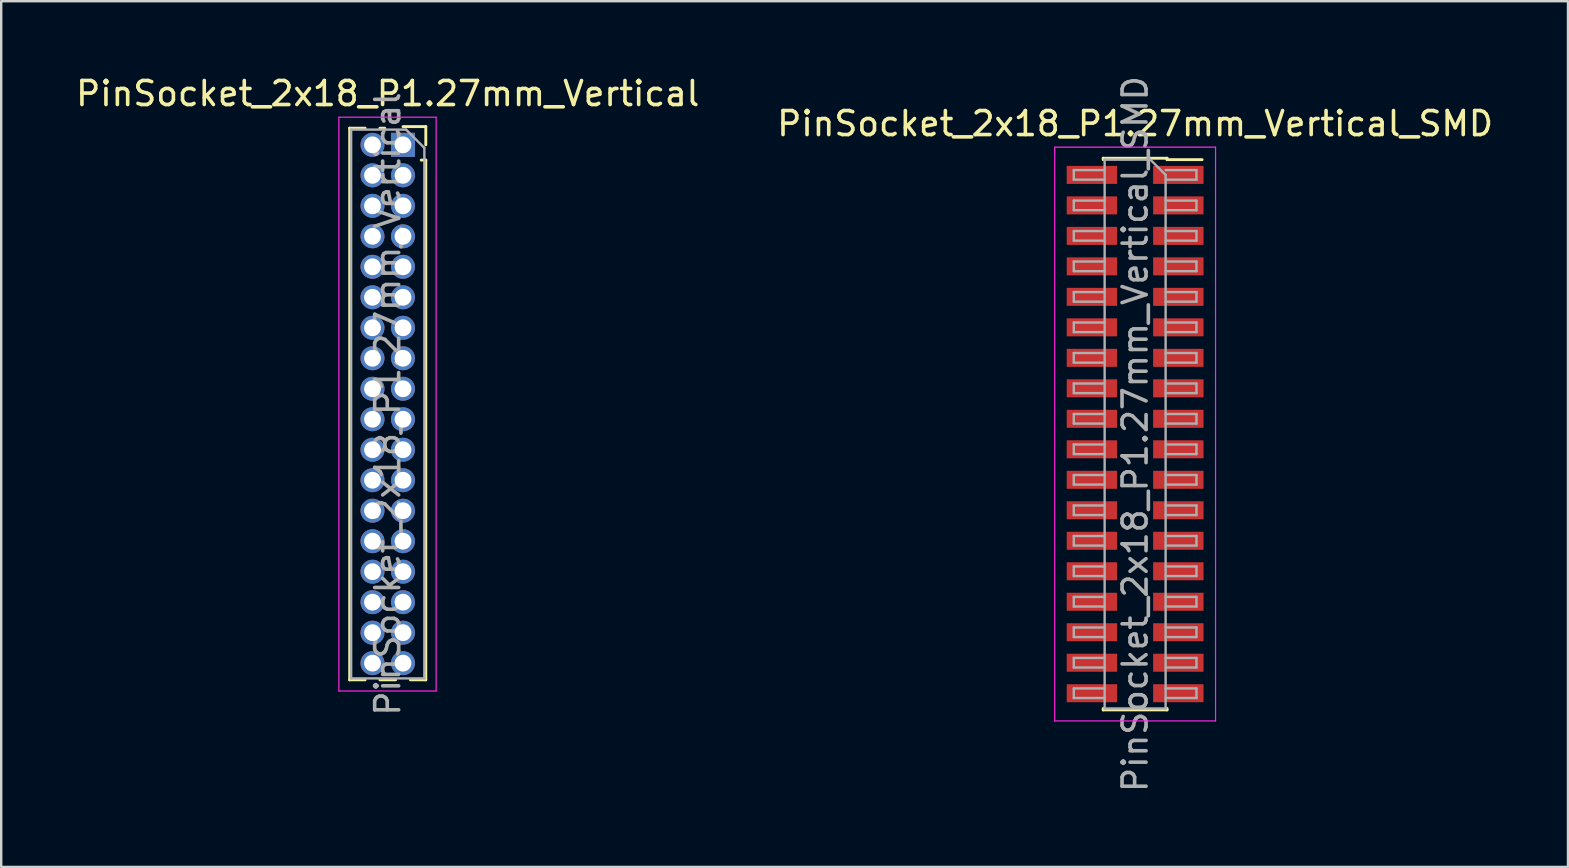
<source format=kicad_pcb>
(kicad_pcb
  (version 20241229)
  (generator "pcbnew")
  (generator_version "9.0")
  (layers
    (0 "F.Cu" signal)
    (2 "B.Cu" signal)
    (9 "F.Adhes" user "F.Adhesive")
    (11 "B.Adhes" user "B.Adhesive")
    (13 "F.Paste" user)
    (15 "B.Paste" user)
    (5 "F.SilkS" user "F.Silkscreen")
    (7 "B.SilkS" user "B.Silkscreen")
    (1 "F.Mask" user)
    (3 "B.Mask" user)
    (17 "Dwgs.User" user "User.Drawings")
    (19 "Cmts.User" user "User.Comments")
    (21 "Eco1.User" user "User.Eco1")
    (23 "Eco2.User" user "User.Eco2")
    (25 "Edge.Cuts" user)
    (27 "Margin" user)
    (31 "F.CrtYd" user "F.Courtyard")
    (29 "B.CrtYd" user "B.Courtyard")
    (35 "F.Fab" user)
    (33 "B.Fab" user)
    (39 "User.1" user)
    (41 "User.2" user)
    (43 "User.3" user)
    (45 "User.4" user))
  (footprint "PinSocket_2x18_P1.27mm_Vertical"
    (layer "F.Cu")
    (at 13.736 2.983)
    (property "Reference" "PinSocket_2x18_P1.27mm_Vertical" (at -0.635 -2.135 0) (layer "F.SilkS") (effects (font (size 1 1) (thickness 0.15))))
    (attr through_hole)
    (fp_line (start -2.22 -0.695) (end -2.22 22.285) (stroke (width 0.12) (type solid)) (layer "F.SilkS"))
    (fp_line (start -2.22 -0.695) (end -1.578 -0.695) (stroke (width 0.12) (type solid)) (layer "F.SilkS"))
    (fp_line (start -2.22 22.285) (end -1.578 22.285) (stroke (width 0.12) (type solid)) (layer "F.SilkS"))
    (fp_line (start -0.962 -0.695) (end -0.76 -0.695) (stroke (width 0.12) (type solid)) (layer "F.SilkS"))
    (fp_line (start -0.962 22.285) (end -0.308 22.285) (stroke (width 0.12) (type solid)) (layer "F.SilkS"))
    (fp_line (start 0 -0.76) (end 0.95 -0.76) (stroke (width 0.12) (type solid)) (layer "F.SilkS"))
    (fp_line (start 0.308 22.285) (end 0.95 22.285) (stroke (width 0.12) (type solid)) (layer "F.SilkS"))
    (fp_line (start 0.76 0.635) (end 0.95 0.635) (stroke (width 0.12) (type solid)) (layer "F.SilkS"))
    (fp_line (start 0.95 -0.76) (end 0.95 0) (stroke (width 0.12) (type solid)) (layer "F.SilkS"))
    (fp_line (start 0.95 0.635) (end 0.95 22.285) (stroke (width 0.12) (type solid)) (layer "F.SilkS"))
    (fp_line (start -2.67 -1.15) (end 1.38 -1.15) (stroke (width 0.05) (type solid)) (layer "F.CrtYd"))
    (fp_line (start -2.67 22.75) (end -2.67 -1.15) (stroke (width 0.05) (type solid)) (layer "F.CrtYd"))
    (fp_line (start 1.38 -1.15) (end 1.38 22.75) (stroke (width 0.05) (type solid)) (layer "F.CrtYd"))
    (fp_line (start 1.38 22.75) (end -2.67 22.75) (stroke (width 0.05) (type solid)) (layer "F.CrtYd"))
    (fp_line (start -2.16 -0.635) (end 0.128 -0.635) (stroke (width 0.1) (type solid)) (layer "F.Fab"))
    (fp_line (start -2.16 22.225) (end -2.16 -0.635) (stroke (width 0.1) (type solid)) (layer "F.Fab"))
    (fp_line (start 0.128 -0.635) (end 0.89 0.128) (stroke (width 0.1) (type solid)) (layer "F.Fab"))
    (fp_line (start 0.89 0.128) (end 0.89 22.225) (stroke (width 0.1) (type solid)) (layer "F.Fab"))
    (fp_line (start 0.89 22.225) (end -2.16 22.225) (stroke (width 0.1) (type solid)) (layer "F.Fab"))
    (fp_text user "${REFERENCE}" (at -0.635 10.795 90) (layer "F.Fab") (effects (font (size 1 1) (thickness 0.15))))
    (pad "1" thru_hole rect (at 0 0) (size 1 1) (drill 0.7) (layers "*.Cu" "*.Mask"))
    (pad "2" thru_hole oval (at -1.27 0) (size 1 1) (drill 0.7) (layers "*.Cu" "*.Mask"))
    (pad "3" thru_hole oval (at 0 1.27) (size 1 1) (drill 0.7) (layers "*.Cu" "*.Mask"))
    (pad "4" thru_hole oval (at -1.27 1.27) (size 1 1) (drill 0.7) (layers "*.Cu" "*.Mask"))
    (pad "5" thru_hole oval (at 0 2.54) (size 1 1) (drill 0.7) (layers "*.Cu" "*.Mask"))
    (pad "6" thru_hole oval (at -1.27 2.54) (size 1 1) (drill 0.7) (layers "*.Cu" "*.Mask"))
    (pad "7" thru_hole oval (at 0 3.81) (size 1 1) (drill 0.7) (layers "*.Cu" "*.Mask"))
    (pad "8" thru_hole oval (at -1.27 3.81) (size 1 1) (drill 0.7) (layers "*.Cu" "*.Mask"))
    (pad "9" thru_hole oval (at 0 5.08) (size 1 1) (drill 0.7) (layers "*.Cu" "*.Mask"))
    (pad "10" thru_hole oval (at -1.27 5.08) (size 1 1) (drill 0.7) (layers "*.Cu" "*.Mask"))
    (pad "11" thru_hole oval (at 0 6.35) (size 1 1) (drill 0.7) (layers "*.Cu" "*.Mask"))
    (pad "12" thru_hole oval (at -1.27 6.35) (size 1 1) (drill 0.7) (layers "*.Cu" "*.Mask"))
    (pad "13" thru_hole oval (at 0 7.62) (size 1 1) (drill 0.7) (layers "*.Cu" "*.Mask"))
    (pad "14" thru_hole oval (at -1.27 7.62) (size 1 1) (drill 0.7) (layers "*.Cu" "*.Mask"))
    (pad "15" thru_hole oval (at 0 8.89) (size 1 1) (drill 0.7) (layers "*.Cu" "*.Mask"))
    (pad "16" thru_hole oval (at -1.27 8.89) (size 1 1) (drill 0.7) (layers "*.Cu" "*.Mask"))
    (pad "17" thru_hole oval (at 0 10.16) (size 1 1) (drill 0.7) (layers "*.Cu" "*.Mask"))
    (pad "18" thru_hole oval (at -1.27 10.16) (size 1 1) (drill 0.7) (layers "*.Cu" "*.Mask"))
    (pad "19" thru_hole oval (at 0 11.43) (size 1 1) (drill 0.7) (layers "*.Cu" "*.Mask"))
    (pad "20" thru_hole oval (at -1.27 11.43) (size 1 1) (drill 0.7) (layers "*.Cu" "*.Mask"))
    (pad "21" thru_hole oval (at 0 12.7) (size 1 1) (drill 0.7) (layers "*.Cu" "*.Mask"))
    (pad "22" thru_hole oval (at -1.27 12.7) (size 1 1) (drill 0.7) (layers "*.Cu" "*.Mask"))
    (pad "23" thru_hole oval (at 0 13.97) (size 1 1) (drill 0.7) (layers "*.Cu" "*.Mask"))
    (pad "24" thru_hole oval (at -1.27 13.97) (size 1 1) (drill 0.7) (layers "*.Cu" "*.Mask"))
    (pad "25" thru_hole oval (at 0 15.24) (size 1 1) (drill 0.7) (layers "*.Cu" "*.Mask"))
    (pad "26" thru_hole oval (at -1.27 15.24) (size 1 1) (drill 0.7) (layers "*.Cu" "*.Mask"))
    (pad "27" thru_hole oval (at 0 16.51) (size 1 1) (drill 0.7) (layers "*.Cu" "*.Mask"))
    (pad "28" thru_hole oval (at -1.27 16.51) (size 1 1) (drill 0.7) (layers "*.Cu" "*.Mask"))
    (pad "29" thru_hole oval (at 0 17.78) (size 1 1) (drill 0.7) (layers "*.Cu" "*.Mask"))
    (pad "30" thru_hole oval (at -1.27 17.78) (size 1 1) (drill 0.7) (layers "*.Cu" "*.Mask"))
    (pad "31" thru_hole oval (at 0 19.05) (size 1 1) (drill 0.7) (layers "*.Cu" "*.Mask"))
    (pad "32" thru_hole oval (at -1.27 19.05) (size 1 1) (drill 0.7) (layers "*.Cu" "*.Mask"))
    (pad "33" thru_hole oval (at 0 20.32) (size 1 1) (drill 0.7) (layers "*.Cu" "*.Mask"))
    (pad "34" thru_hole oval (at -1.27 20.32) (size 1 1) (drill 0.7) (layers "*.Cu" "*.Mask"))
    (pad "35" thru_hole oval (at 0 21.59) (size 1 1) (drill 0.7) (layers "*.Cu" "*.Mask"))
    (pad "36" thru_hole oval (at -1.27 21.59) (size 1 1) (drill 0.7) (layers "*.Cu" "*.Mask")))
  (footprint "PinSocket_2x18_P1.27mm_Vertical_SMD"
    (layer "F.Cu")
    (at 44.232 15.03)
    (property "Reference" "PinSocket_2x18_P1.27mm_Vertical_SMD" (at 0 -12.93 0) (layer "F.SilkS") (effects (font (size 1 1) (thickness 0.15))))
    (attr smd)
    (fp_line (start -1.33 -11.49) (end -1.33 -11.43) (stroke (width 0.12) (type solid)) (layer "F.SilkS"))
    (fp_line (start -1.33 -11.49) (end 1.33 -11.49) (stroke (width 0.12) (type solid)) (layer "F.SilkS"))
    (fp_line (start -1.33 11.43) (end -1.33 11.49) (stroke (width 0.12) (type solid)) (layer "F.SilkS"))
    (fp_line (start -1.33 11.49) (end 1.33 11.49) (stroke (width 0.12) (type solid)) (layer "F.SilkS"))
    (fp_line (start 1.33 -11.49) (end 1.33 -11.43) (stroke (width 0.12) (type solid)) (layer "F.SilkS"))
    (fp_line (start 1.33 -11.43) (end 2.79 -11.43) (stroke (width 0.12) (type solid)) (layer "F.SilkS"))
    (fp_line (start 1.33 11.43) (end 1.33 11.49) (stroke (width 0.12) (type solid)) (layer "F.SilkS"))
    (fp_line (start -3.35 -11.95) (end 3.35 -11.95) (stroke (width 0.05) (type solid)) (layer "F.CrtYd"))
    (fp_line (start -3.35 11.95) (end -3.35 -11.95) (stroke (width 0.05) (type solid)) (layer "F.CrtYd"))
    (fp_line (start 3.35 -11.95) (end 3.35 11.95) (stroke (width 0.05) (type solid)) (layer "F.CrtYd"))
    (fp_line (start 3.35 11.95) (end -3.35 11.95) (stroke (width 0.05) (type solid)) (layer "F.CrtYd"))
    (fp_line (start -2.555 -10.995) (end -1.27 -10.995) (stroke (width 0.1) (type solid)) (layer "F.Fab"))
    (fp_line (start -2.555 -10.595) (end -2.555 -10.995) (stroke (width 0.1) (type solid)) (layer "F.Fab"))
    (fp_line (start -2.555 -9.725) (end -1.27 -9.725) (stroke (width 0.1) (type solid)) (layer "F.Fab"))
    (fp_line (start -2.555 -9.325) (end -2.555 -9.725) (stroke (width 0.1) (type solid)) (layer "F.Fab"))
    (fp_line (start -2.555 -8.455) (end -1.27 -8.455) (stroke (width 0.1) (type solid)) (layer "F.Fab"))
    (fp_line (start -2.555 -8.055) (end -2.555 -8.455) (stroke (width 0.1) (type solid)) (layer "F.Fab"))
    (fp_line (start -2.555 -7.185) (end -1.27 -7.185) (stroke (width 0.1) (type solid)) (layer "F.Fab"))
    (fp_line (start -2.555 -6.785) (end -2.555 -7.185) (stroke (width 0.1) (type solid)) (layer "F.Fab"))
    (fp_line (start -2.555 -5.915) (end -1.27 -5.915) (stroke (width 0.1) (type solid)) (layer "F.Fab"))
    (fp_line (start -2.555 -5.515) (end -2.555 -5.915) (stroke (width 0.1) (type solid)) (layer "F.Fab"))
    (fp_line (start -2.555 -4.645) (end -1.27 -4.645) (stroke (width 0.1) (type solid)) (layer "F.Fab"))
    (fp_line (start -2.555 -4.245) (end -2.555 -4.645) (stroke (width 0.1) (type solid)) (layer "F.Fab"))
    (fp_line (start -2.555 -3.375) (end -1.27 -3.375) (stroke (width 0.1) (type solid)) (layer "F.Fab"))
    (fp_line (start -2.555 -2.975) (end -2.555 -3.375) (stroke (width 0.1) (type solid)) (layer "F.Fab"))
    (fp_line (start -2.555 -2.105) (end -1.27 -2.105) (stroke (width 0.1) (type solid)) (layer "F.Fab"))
    (fp_line (start -2.555 -1.705) (end -2.555 -2.105) (stroke (width 0.1) (type solid)) (layer "F.Fab"))
    (fp_line (start -2.555 -0.835) (end -1.27 -0.835) (stroke (width 0.1) (type solid)) (layer "F.Fab"))
    (fp_line (start -2.555 -0.435) (end -2.555 -0.835) (stroke (width 0.1) (type solid)) (layer "F.Fab"))
    (fp_line (start -2.555 0.435) (end -1.27 0.435) (stroke (width 0.1) (type solid)) (layer "F.Fab"))
    (fp_line (start -2.555 0.835) (end -2.555 0.435) (stroke (width 0.1) (type solid)) (layer "F.Fab"))
    (fp_line (start -2.555 1.705) (end -1.27 1.705) (stroke (width 0.1) (type solid)) (layer "F.Fab"))
    (fp_line (start -2.555 2.105) (end -2.555 1.705) (stroke (width 0.1) (type solid)) (layer "F.Fab"))
    (fp_line (start -2.555 2.975) (end -1.27 2.975) (stroke (width 0.1) (type solid)) (layer "F.Fab"))
    (fp_line (start -2.555 3.375) (end -2.555 2.975) (stroke (width 0.1) (type solid)) (layer "F.Fab"))
    (fp_line (start -2.555 4.245) (end -1.27 4.245) (stroke (width 0.1) (type solid)) (layer "F.Fab"))
    (fp_line (start -2.555 4.645) (end -2.555 4.245) (stroke (width 0.1) (type solid)) (layer "F.Fab"))
    (fp_line (start -2.555 5.515) (end -1.27 5.515) (stroke (width 0.1) (type solid)) (layer "F.Fab"))
    (fp_line (start -2.555 5.915) (end -2.555 5.515) (stroke (width 0.1) (type solid)) (layer "F.Fab"))
    (fp_line (start -2.555 6.785) (end -1.27 6.785) (stroke (width 0.1) (type solid)) (layer "F.Fab"))
    (fp_line (start -2.555 7.185) (end -2.555 6.785) (stroke (width 0.1) (type solid)) (layer "F.Fab"))
    (fp_line (start -2.555 8.055) (end -1.27 8.055) (stroke (width 0.1) (type solid)) (layer "F.Fab"))
    (fp_line (start -2.555 8.455) (end -2.555 8.055) (stroke (width 0.1) (type solid)) (layer "F.Fab"))
    (fp_line (start -2.555 9.325) (end -1.27 9.325) (stroke (width 0.1) (type solid)) (layer "F.Fab"))
    (fp_line (start -2.555 9.725) (end -2.555 9.325) (stroke (width 0.1) (type solid)) (layer "F.Fab"))
    (fp_line (start -2.555 10.595) (end -1.27 10.595) (stroke (width 0.1) (type solid)) (layer "F.Fab"))
    (fp_line (start -2.555 10.995) (end -2.555 10.595) (stroke (width 0.1) (type solid)) (layer "F.Fab"))
    (fp_line (start -1.27 -11.43) (end 0.635 -11.43) (stroke (width 0.1) (type solid)) (layer "F.Fab"))
    (fp_line (start -1.27 -10.595) (end -2.555 -10.595) (stroke (width 0.1) (type solid)) (layer "F.Fab"))
    (fp_line (start -1.27 -9.325) (end -2.555 -9.325) (stroke (width 0.1) (type solid)) (layer "F.Fab"))
    (fp_line (start -1.27 -8.055) (end -2.555 -8.055) (stroke (width 0.1) (type solid)) (layer "F.Fab"))
    (fp_line (start -1.27 -6.785) (end -2.555 -6.785) (stroke (width 0.1) (type solid)) (layer "F.Fab"))
    (fp_line (start -1.27 -5.515) (end -2.555 -5.515) (stroke (width 0.1) (type solid)) (layer "F.Fab"))
    (fp_line (start -1.27 -4.245) (end -2.555 -4.245) (stroke (width 0.1) (type solid)) (layer "F.Fab"))
    (fp_line (start -1.27 -2.975) (end -2.555 -2.975) (stroke (width 0.1) (type solid)) (layer "F.Fab"))
    (fp_line (start -1.27 -1.705) (end -2.555 -1.705) (stroke (width 0.1) (type solid)) (layer "F.Fab"))
    (fp_line (start -1.27 -0.435) (end -2.555 -0.435) (stroke (width 0.1) (type solid)) (layer "F.Fab"))
    (fp_line (start -1.27 0.835) (end -2.555 0.835) (stroke (width 0.1) (type solid)) (layer "F.Fab"))
    (fp_line (start -1.27 2.105) (end -2.555 2.105) (stroke (width 0.1) (type solid)) (layer "F.Fab"))
    (fp_line (start -1.27 3.375) (end -2.555 3.375) (stroke (width 0.1) (type solid)) (layer "F.Fab"))
    (fp_line (start -1.27 4.645) (end -2.555 4.645) (stroke (width 0.1) (type solid)) (layer "F.Fab"))
    (fp_line (start -1.27 5.915) (end -2.555 5.915) (stroke (width 0.1) (type solid)) (layer "F.Fab"))
    (fp_line (start -1.27 7.185) (end -2.555 7.185) (stroke (width 0.1) (type solid)) (layer "F.Fab"))
    (fp_line (start -1.27 8.455) (end -2.555 8.455) (stroke (width 0.1) (type solid)) (layer "F.Fab"))
    (fp_line (start -1.27 9.725) (end -2.555 9.725) (stroke (width 0.1) (type solid)) (layer "F.Fab"))
    (fp_line (start -1.27 10.995) (end -2.555 10.995) (stroke (width 0.1) (type solid)) (layer "F.Fab"))
    (fp_line (start -1.27 11.43) (end -1.27 -11.43) (stroke (width 0.1) (type solid)) (layer "F.Fab"))
    (fp_line (start 0.635 -11.43) (end 1.27 -10.795) (stroke (width 0.1) (type solid)) (layer "F.Fab"))
    (fp_line (start 1.27 -10.995) (end 2.555 -10.995) (stroke (width 0.1) (type solid)) (layer "F.Fab"))
    (fp_line (start 1.27 -10.795) (end 1.27 11.43) (stroke (width 0.1) (type solid)) (layer "F.Fab"))
    (fp_line (start 1.27 -9.725) (end 2.555 -9.725) (stroke (width 0.1) (type solid)) (layer "F.Fab"))
    (fp_line (start 1.27 -8.455) (end 2.555 -8.455) (stroke (width 0.1) (type solid)) (layer "F.Fab"))
    (fp_line (start 1.27 -7.185) (end 2.555 -7.185) (stroke (width 0.1) (type solid)) (layer "F.Fab"))
    (fp_line (start 1.27 -5.915) (end 2.555 -5.915) (stroke (width 0.1) (type solid)) (layer "F.Fab"))
    (fp_line (start 1.27 -4.645) (end 2.555 -4.645) (stroke (width 0.1) (type solid)) (layer "F.Fab"))
    (fp_line (start 1.27 -3.375) (end 2.555 -3.375) (stroke (width 0.1) (type solid)) (layer "F.Fab"))
    (fp_line (start 1.27 -2.105) (end 2.555 -2.105) (stroke (width 0.1) (type solid)) (layer "F.Fab"))
    (fp_line (start 1.27 -0.835) (end 2.555 -0.835) (stroke (width 0.1) (type solid)) (layer "F.Fab"))
    (fp_line (start 1.27 0.435) (end 2.555 0.435) (stroke (width 0.1) (type solid)) (layer "F.Fab"))
    (fp_line (start 1.27 1.705) (end 2.555 1.705) (stroke (width 0.1) (type solid)) (layer "F.Fab"))
    (fp_line (start 1.27 2.975) (end 2.555 2.975) (stroke (width 0.1) (type solid)) (layer "F.Fab"))
    (fp_line (start 1.27 4.245) (end 2.555 4.245) (stroke (width 0.1) (type solid)) (layer "F.Fab"))
    (fp_line (start 1.27 5.515) (end 2.555 5.515) (stroke (width 0.1) (type solid)) (layer "F.Fab"))
    (fp_line (start 1.27 6.785) (end 2.555 6.785) (stroke (width 0.1) (type solid)) (layer "F.Fab"))
    (fp_line (start 1.27 8.055) (end 2.555 8.055) (stroke (width 0.1) (type solid)) (layer "F.Fab"))
    (fp_line (start 1.27 9.325) (end 2.555 9.325) (stroke (width 0.1) (type solid)) (layer "F.Fab"))
    (fp_line (start 1.27 10.595) (end 2.555 10.595) (stroke (width 0.1) (type solid)) (layer "F.Fab"))
    (fp_line (start 1.27 11.43) (end -1.27 11.43) (stroke (width 0.1) (type solid)) (layer "F.Fab"))
    (fp_line (start 2.555 -10.995) (end 2.555 -10.595) (stroke (width 0.1) (type solid)) (layer "F.Fab"))
    (fp_line (start 2.555 -10.595) (end 1.27 -10.595) (stroke (width 0.1) (type solid)) (layer "F.Fab"))
    (fp_line (start 2.555 -9.725) (end 2.555 -9.325) (stroke (width 0.1) (type solid)) (layer "F.Fab"))
    (fp_line (start 2.555 -9.325) (end 1.27 -9.325) (stroke (width 0.1) (type solid)) (layer "F.Fab"))
    (fp_line (start 2.555 -8.455) (end 2.555 -8.055) (stroke (width 0.1) (type solid)) (layer "F.Fab"))
    (fp_line (start 2.555 -8.055) (end 1.27 -8.055) (stroke (width 0.1) (type solid)) (layer "F.Fab"))
    (fp_line (start 2.555 -7.185) (end 2.555 -6.785) (stroke (width 0.1) (type solid)) (layer "F.Fab"))
    (fp_line (start 2.555 -6.785) (end 1.27 -6.785) (stroke (width 0.1) (type solid)) (layer "F.Fab"))
    (fp_line (start 2.555 -5.915) (end 2.555 -5.515) (stroke (width 0.1) (type solid)) (layer "F.Fab"))
    (fp_line (start 2.555 -5.515) (end 1.27 -5.515) (stroke (width 0.1) (type solid)) (layer "F.Fab"))
    (fp_line (start 2.555 -4.645) (end 2.555 -4.245) (stroke (width 0.1) (type solid)) (layer "F.Fab"))
    (fp_line (start 2.555 -4.245) (end 1.27 -4.245) (stroke (width 0.1) (type solid)) (layer "F.Fab"))
    (fp_line (start 2.555 -3.375) (end 2.555 -2.975) (stroke (width 0.1) (type solid)) (layer "F.Fab"))
    (fp_line (start 2.555 -2.975) (end 1.27 -2.975) (stroke (width 0.1) (type solid)) (layer "F.Fab"))
    (fp_line (start 2.555 -2.105) (end 2.555 -1.705) (stroke (width 0.1) (type solid)) (layer "F.Fab"))
    (fp_line (start 2.555 -1.705) (end 1.27 -1.705) (stroke (width 0.1) (type solid)) (layer "F.Fab"))
    (fp_line (start 2.555 -0.835) (end 2.555 -0.435) (stroke (width 0.1) (type solid)) (layer "F.Fab"))
    (fp_line (start 2.555 -0.435) (end 1.27 -0.435) (stroke (width 0.1) (type solid)) (layer "F.Fab"))
    (fp_line (start 2.555 0.435) (end 2.555 0.835) (stroke (width 0.1) (type solid)) (layer "F.Fab"))
    (fp_line (start 2.555 0.835) (end 1.27 0.835) (stroke (width 0.1) (type solid)) (layer "F.Fab"))
    (fp_line (start 2.555 1.705) (end 2.555 2.105) (stroke (width 0.1) (type solid)) (layer "F.Fab"))
    (fp_line (start 2.555 2.105) (end 1.27 2.105) (stroke (width 0.1) (type solid)) (layer "F.Fab"))
    (fp_line (start 2.555 2.975) (end 2.555 3.375) (stroke (width 0.1) (type solid)) (layer "F.Fab"))
    (fp_line (start 2.555 3.375) (end 1.27 3.375) (stroke (width 0.1) (type solid)) (layer "F.Fab"))
    (fp_line (start 2.555 4.245) (end 2.555 4.645) (stroke (width 0.1) (type solid)) (layer "F.Fab"))
    (fp_line (start 2.555 4.645) (end 1.27 4.645) (stroke (width 0.1) (type solid)) (layer "F.Fab"))
    (fp_line (start 2.555 5.515) (end 2.555 5.915) (stroke (width 0.1) (type solid)) (layer "F.Fab"))
    (fp_line (start 2.555 5.915) (end 1.27 5.915) (stroke (width 0.1) (type solid)) (layer "F.Fab"))
    (fp_line (start 2.555 6.785) (end 2.555 7.185) (stroke (width 0.1) (type solid)) (layer "F.Fab"))
    (fp_line (start 2.555 7.185) (end 1.27 7.185) (stroke (width 0.1) (type solid)) (layer "F.Fab"))
    (fp_line (start 2.555 8.055) (end 2.555 8.455) (stroke (width 0.1) (type solid)) (layer "F.Fab"))
    (fp_line (start 2.555 8.455) (end 1.27 8.455) (stroke (width 0.1) (type solid)) (layer "F.Fab"))
    (fp_line (start 2.555 9.325) (end 2.555 9.725) (stroke (width 0.1) (type solid)) (layer "F.Fab"))
    (fp_line (start 2.555 9.725) (end 1.27 9.725) (stroke (width 0.1) (type solid)) (layer "F.Fab"))
    (fp_line (start 2.555 10.595) (end 2.555 10.995) (stroke (width 0.1) (type solid)) (layer "F.Fab"))
    (fp_line (start 2.555 10.995) (end 1.27 10.995) (stroke (width 0.1) (type solid)) (layer "F.Fab"))
    (fp_text user "${REFERENCE}" (at 0 0 90) (layer "F.Fab") (effects (font (size 1 1) (thickness 0.15))))
    (pad "1" smd rect (at 1.8 -10.795) (size 2.1 0.75) (layers "F.Cu" "F.Mask" "F.Paste"))
    (pad "2" smd rect (at -1.8 -10.795) (size 2.1 0.75) (layers "F.Cu" "F.Mask" "F.Paste"))
    (pad "3" smd rect (at 1.8 -9.525) (size 2.1 0.75) (layers "F.Cu" "F.Mask" "F.Paste"))
    (pad "4" smd rect (at -1.8 -9.525) (size 2.1 0.75) (layers "F.Cu" "F.Mask" "F.Paste"))
    (pad "5" smd rect (at 1.8 -8.255) (size 2.1 0.75) (layers "F.Cu" "F.Mask" "F.Paste"))
    (pad "6" smd rect (at -1.8 -8.255) (size 2.1 0.75) (layers "F.Cu" "F.Mask" "F.Paste"))
    (pad "7" smd rect (at 1.8 -6.985) (size 2.1 0.75) (layers "F.Cu" "F.Mask" "F.Paste"))
    (pad "8" smd rect (at -1.8 -6.985) (size 2.1 0.75) (layers "F.Cu" "F.Mask" "F.Paste"))
    (pad "9" smd rect (at 1.8 -5.715) (size 2.1 0.75) (layers "F.Cu" "F.Mask" "F.Paste"))
    (pad "10" smd rect (at -1.8 -5.715) (size 2.1 0.75) (layers "F.Cu" "F.Mask" "F.Paste"))
    (pad "11" smd rect (at 1.8 -4.445) (size 2.1 0.75) (layers "F.Cu" "F.Mask" "F.Paste"))
    (pad "12" smd rect (at -1.8 -4.445) (size 2.1 0.75) (layers "F.Cu" "F.Mask" "F.Paste"))
    (pad "13" smd rect (at 1.8 -3.175) (size 2.1 0.75) (layers "F.Cu" "F.Mask" "F.Paste"))
    (pad "14" smd rect (at -1.8 -3.175) (size 2.1 0.75) (layers "F.Cu" "F.Mask" "F.Paste"))
    (pad "15" smd rect (at 1.8 -1.905) (size 2.1 0.75) (layers "F.Cu" "F.Mask" "F.Paste"))
    (pad "16" smd rect (at -1.8 -1.905) (size 2.1 0.75) (layers "F.Cu" "F.Mask" "F.Paste"))
    (pad "17" smd rect (at 1.8 -0.635) (size 2.1 0.75) (layers "F.Cu" "F.Mask" "F.Paste"))
    (pad "18" smd rect (at -1.8 -0.635) (size 2.1 0.75) (layers "F.Cu" "F.Mask" "F.Paste"))
    (pad "19" smd rect (at 1.8 0.635) (size 2.1 0.75) (layers "F.Cu" "F.Mask" "F.Paste"))
    (pad "20" smd rect (at -1.8 0.635) (size 2.1 0.75) (layers "F.Cu" "F.Mask" "F.Paste"))
    (pad "21" smd rect (at 1.8 1.905) (size 2.1 0.75) (layers "F.Cu" "F.Mask" "F.Paste"))
    (pad "22" smd rect (at -1.8 1.905) (size 2.1 0.75) (layers "F.Cu" "F.Mask" "F.Paste"))
    (pad "23" smd rect (at 1.8 3.175) (size 2.1 0.75) (layers "F.Cu" "F.Mask" "F.Paste"))
    (pad "24" smd rect (at -1.8 3.175) (size 2.1 0.75) (layers "F.Cu" "F.Mask" "F.Paste"))
    (pad "25" smd rect (at 1.8 4.445) (size 2.1 0.75) (layers "F.Cu" "F.Mask" "F.Paste"))
    (pad "26" smd rect (at -1.8 4.445) (size 2.1 0.75) (layers "F.Cu" "F.Mask" "F.Paste"))
    (pad "27" smd rect (at 1.8 5.715) (size 2.1 0.75) (layers "F.Cu" "F.Mask" "F.Paste"))
    (pad "28" smd rect (at -1.8 5.715) (size 2.1 0.75) (layers "F.Cu" "F.Mask" "F.Paste"))
    (pad "29" smd rect (at 1.8 6.985) (size 2.1 0.75) (layers "F.Cu" "F.Mask" "F.Paste"))
    (pad "30" smd rect (at -1.8 6.985) (size 2.1 0.75) (layers "F.Cu" "F.Mask" "F.Paste"))
    (pad "31" smd rect (at 1.8 8.255) (size 2.1 0.75) (layers "F.Cu" "F.Mask" "F.Paste"))
    (pad "32" smd rect (at -1.8 8.255) (size 2.1 0.75) (layers "F.Cu" "F.Mask" "F.Paste"))
    (pad "33" smd rect (at 1.8 9.525) (size 2.1 0.75) (layers "F.Cu" "F.Mask" "F.Paste"))
    (pad "34" smd rect (at -1.8 9.525) (size 2.1 0.75) (layers "F.Cu" "F.Mask" "F.Paste"))
    (pad "35" smd rect (at 1.8 10.795) (size 2.1 0.75) (layers "F.Cu" "F.Mask" "F.Paste"))
    (pad "36" smd rect (at -1.8 10.795) (size 2.1 0.75) (layers "F.Cu" "F.Mask" "F.Paste")))
  (gr_rect
    (start -3 -3)
    (end 62.262 33.06)
    (stroke (width 0.1) (type default))
    (fill no)
    (layer "Edge.Cuts")))
</source>
